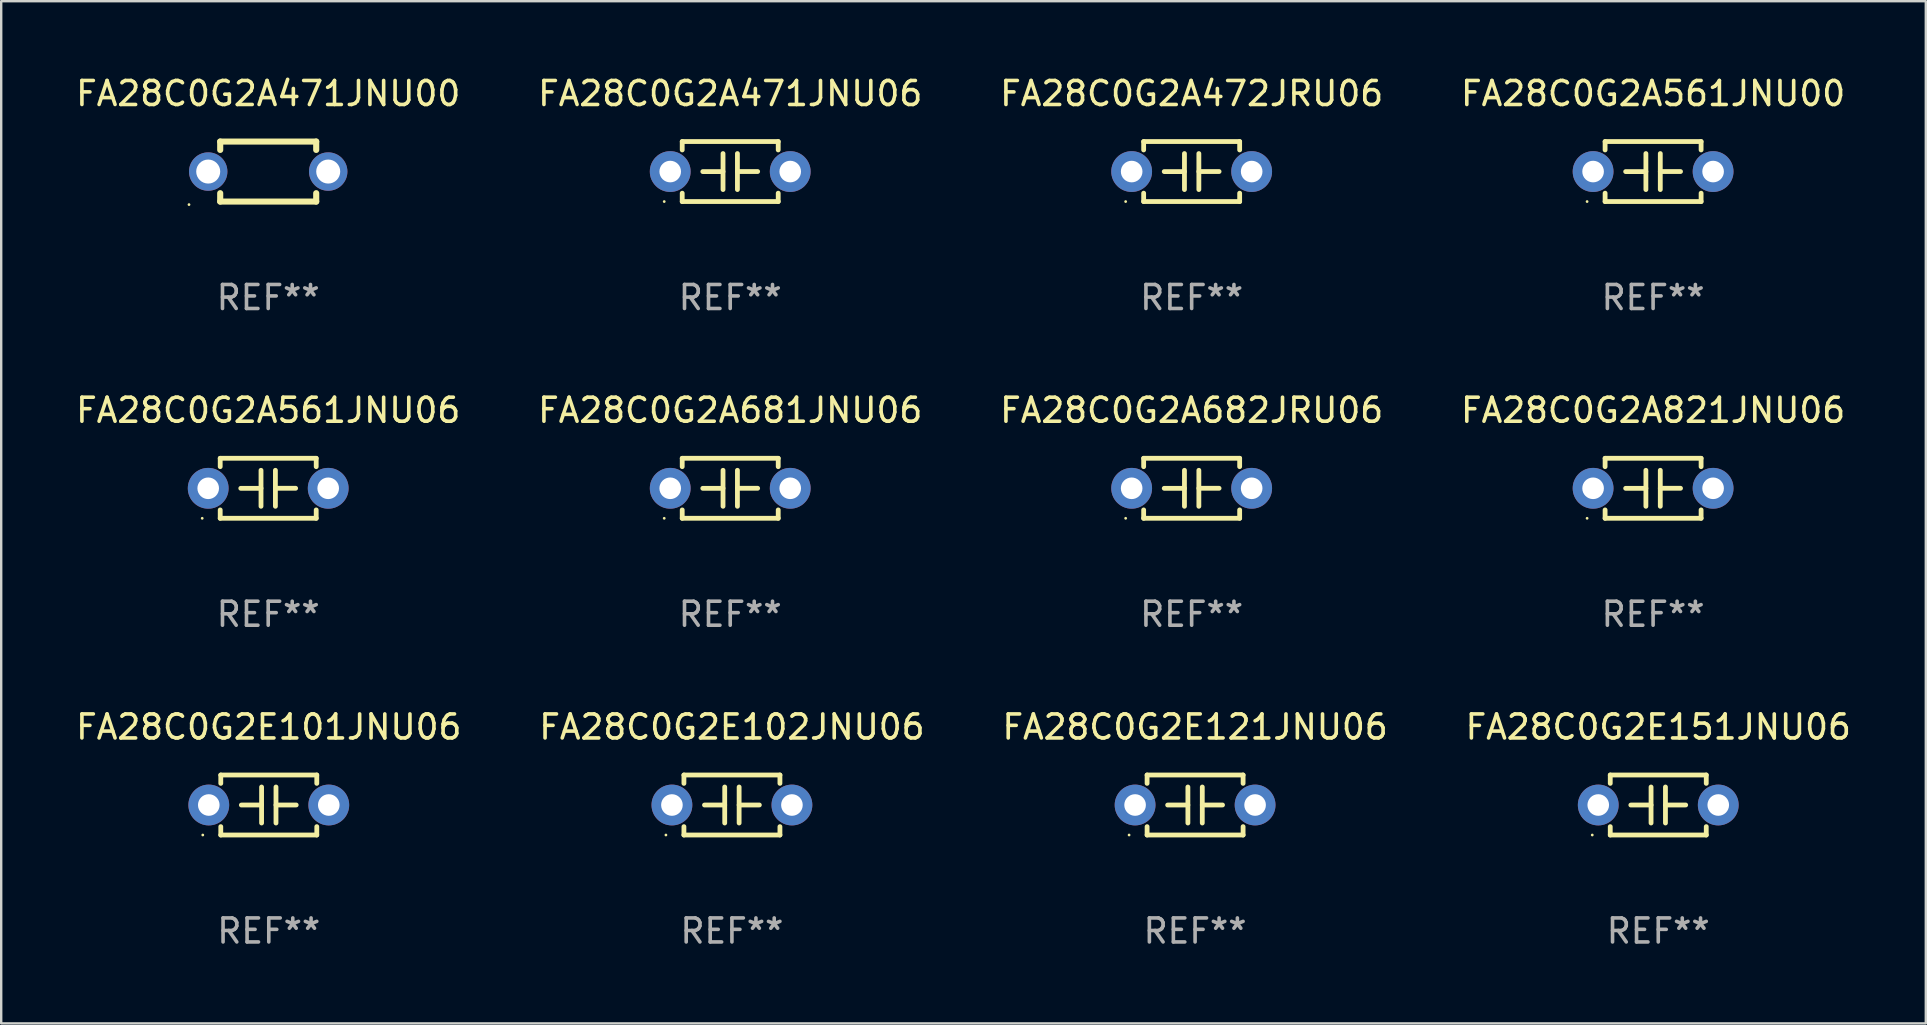
<source format=kicad_pcb>
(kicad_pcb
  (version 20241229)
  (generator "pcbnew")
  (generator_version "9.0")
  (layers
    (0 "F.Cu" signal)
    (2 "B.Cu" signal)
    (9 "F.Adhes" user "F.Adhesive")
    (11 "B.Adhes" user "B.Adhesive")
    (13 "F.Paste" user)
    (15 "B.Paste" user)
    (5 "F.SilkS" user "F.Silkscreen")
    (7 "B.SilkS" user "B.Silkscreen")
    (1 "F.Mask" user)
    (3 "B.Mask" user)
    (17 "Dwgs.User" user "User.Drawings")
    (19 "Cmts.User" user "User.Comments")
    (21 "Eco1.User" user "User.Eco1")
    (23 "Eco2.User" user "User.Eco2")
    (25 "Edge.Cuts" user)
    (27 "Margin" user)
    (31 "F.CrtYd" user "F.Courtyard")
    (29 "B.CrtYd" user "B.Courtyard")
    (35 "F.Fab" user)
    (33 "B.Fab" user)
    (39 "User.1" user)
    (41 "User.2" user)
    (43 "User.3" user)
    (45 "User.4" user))
  (footprint "FA28C0G2E102JNU06"
    (layer "F.Cu")
    (at 27.446 30.491)
    (property "Reference" "FA28C0G2E102JNU06" (at 0 -3.25 0) (layer "F.SilkS") (effects (font (size 1 1) (thickness 0.15))))
    (attr through_hole)
    (fp_line (start -2 -1.25) (end -2 -0.901) (stroke (width 0.2) (type solid)) (layer "F.SilkS"))
    (fp_line (start -2 -1.25) (end 2 -1.25) (stroke (width 0.2) (type solid)) (layer "F.SilkS"))
    (fp_line (start -2 0.901) (end -2 1.25) (stroke (width 0.2) (type solid)) (layer "F.SilkS"))
    (fp_line (start -0.3 -0.75) (end -0.3 0.75) (stroke (width 0.2) (type solid)) (layer "F.SilkS"))
    (fp_line (start -0.3 0.001) (end -1.143 0.001) (stroke (width 0.2) (type solid)) (layer "F.SilkS"))
    (fp_line (start 0.3 -0.001) (end 1.143 -0.001) (stroke (width 0.2) (type solid)) (layer "F.SilkS"))
    (fp_line (start 0.3 0.75) (end 0.3 -0.75) (stroke (width 0.2) (type solid)) (layer "F.SilkS"))
    (fp_line (start 2 -1.25) (end 2 -0.901) (stroke (width 0.2) (type solid)) (layer "F.SilkS"))
    (fp_line (start 2 0.901) (end 2 1.25) (stroke (width 0.2) (type solid)) (layer "F.SilkS"))
    (fp_line (start 2 1.25) (end -2 1.25) (stroke (width 0.2) (type solid)) (layer "F.SilkS"))
    (fp_circle (center -2.75 1.25) (end -2.72 1.25) (stroke (width 0.06) (type solid)) (fill no) (layer "F.SilkS"))
    (fp_text user "REF**" (at 0 5.25 0) (layer "F.Fab") (effects (font (size 1 1) (thickness 0.15))))
    (pad "1" thru_hole circle (at -2.5 0) (size 1.7 1.7) (drill 0.9) (layers "*.Cu" "*.Mask"))
    (pad "2" thru_hole circle (at 2.5 0) (size 1.7 1.7) (drill 0.9) (layers "*.Cu" "*.Mask")))
  (footprint "FA28C0G2A471JNU00"
    (layer "F.Cu")
    (at 8.125 4.098)
    (property "Reference" "FA28C0G2A471JNU00" (at 0 -3.25 0) (layer "F.SilkS") (effects (font (size 1 1) (thickness 0.15))))
    (attr through_hole)
    (fp_line (start -2 -1.25) (end -2 -0.901) (stroke (width 0.254) (type solid)) (layer "F.SilkS"))
    (fp_line (start -2 -1.25) (end 2 -1.25) (stroke (width 0.254) (type solid)) (layer "F.SilkS"))
    (fp_line (start -2 0.901) (end -2 1.25) (stroke (width 0.254) (type solid)) (layer "F.SilkS"))
    (fp_line (start 2 -1.25) (end 2 -0.901) (stroke (width 0.254) (type solid)) (layer "F.SilkS"))
    (fp_line (start 2 0.901) (end 2 1.25) (stroke (width 0.254) (type solid)) (layer "F.SilkS"))
    (fp_line (start 2 1.25) (end -2 1.25) (stroke (width 0.254) (type solid)) (layer "F.SilkS"))
    (fp_circle (center -3.3 1.377) (end -3.27 1.377) (stroke (width 0.06) (type solid)) (fill no) (layer "F.SilkS"))
    (fp_text user "REF**" (at 0 5.25 0) (layer "F.Fab") (effects (font (size 1 1) (thickness 0.15))))
    (pad "1" thru_hole circle (at -2.5 0) (size 1.6 1.6) (drill 1) (layers "*.Cu" "*.Mask"))
    (pad "2" thru_hole circle (at 2.5 0) (size 1.6 1.6) (drill 1) (layers "*.Cu" "*.Mask")))
  (footprint "FA28C0G2A561JNU00"
    (layer "F.Cu")
    (at 65.827 4.098)
    (property "Reference" "FA28C0G2A561JNU00" (at 0 -3.25 0) (layer "F.SilkS") (effects (font (size 1 1) (thickness 0.15))))
    (attr through_hole)
    (fp_line (start -2 -1.25) (end -2 -0.901) (stroke (width 0.2) (type solid)) (layer "F.SilkS"))
    (fp_line (start -2 -1.25) (end 2 -1.25) (stroke (width 0.2) (type solid)) (layer "F.SilkS"))
    (fp_line (start -2 0.901) (end -2 1.25) (stroke (width 0.2) (type solid)) (layer "F.SilkS"))
    (fp_line (start -0.3 -0.75) (end -0.3 0.75) (stroke (width 0.2) (type solid)) (layer "F.SilkS"))
    (fp_line (start -0.3 0.001) (end -1.143 0.001) (stroke (width 0.2) (type solid)) (layer "F.SilkS"))
    (fp_line (start 0.3 -0.001) (end 1.143 -0.001) (stroke (width 0.2) (type solid)) (layer "F.SilkS"))
    (fp_line (start 0.3 0.75) (end 0.3 -0.75) (stroke (width 0.2) (type solid)) (layer "F.SilkS"))
    (fp_line (start 2 -1.25) (end 2 -0.901) (stroke (width 0.2) (type solid)) (layer "F.SilkS"))
    (fp_line (start 2 0.901) (end 2 1.25) (stroke (width 0.2) (type solid)) (layer "F.SilkS"))
    (fp_line (start 2 1.25) (end -2 1.25) (stroke (width 0.2) (type solid)) (layer "F.SilkS"))
    (fp_circle (center -2.75 1.25) (end -2.72 1.25) (stroke (width 0.06) (type solid)) (fill no) (layer "F.SilkS"))
    (fp_text user "REF**" (at 0 5.25 0) (layer "F.Fab") (effects (font (size 1 1) (thickness 0.15))))
    (pad "1" thru_hole circle (at -2.5 0) (size 1.7 1.7) (drill 0.9) (layers "*.Cu" "*.Mask"))
    (pad "2" thru_hole circle (at 2.5 0) (size 1.7 1.7) (drill 0.9) (layers "*.Cu" "*.Mask")))
  (footprint "FA28C0G2A681JNU06"
    (layer "F.Cu")
    (at 27.375 17.295)
    (property "Reference" "FA28C0G2A681JNU06" (at 0 -3.25 0) (layer "F.SilkS") (effects (font (size 1 1) (thickness 0.15))))
    (attr through_hole)
    (fp_line (start -2 -1.25) (end -2 -0.901) (stroke (width 0.2) (type solid)) (layer "F.SilkS"))
    (fp_line (start -2 -1.25) (end 2 -1.25) (stroke (width 0.2) (type solid)) (layer "F.SilkS"))
    (fp_line (start -2 0.901) (end -2 1.25) (stroke (width 0.2) (type solid)) (layer "F.SilkS"))
    (fp_line (start -0.3 -0.75) (end -0.3 0.75) (stroke (width 0.2) (type solid)) (layer "F.SilkS"))
    (fp_line (start -0.3 0.001) (end -1.143 0.001) (stroke (width 0.2) (type solid)) (layer "F.SilkS"))
    (fp_line (start 0.3 -0.001) (end 1.143 -0.001) (stroke (width 0.2) (type solid)) (layer "F.SilkS"))
    (fp_line (start 0.3 0.75) (end 0.3 -0.75) (stroke (width 0.2) (type solid)) (layer "F.SilkS"))
    (fp_line (start 2 -1.25) (end 2 -0.901) (stroke (width 0.2) (type solid)) (layer "F.SilkS"))
    (fp_line (start 2 0.901) (end 2 1.25) (stroke (width 0.2) (type solid)) (layer "F.SilkS"))
    (fp_line (start 2 1.25) (end -2 1.25) (stroke (width 0.2) (type solid)) (layer "F.SilkS"))
    (fp_circle (center -2.75 1.25) (end -2.72 1.25) (stroke (width 0.06) (type solid)) (fill no) (layer "F.SilkS"))
    (fp_text user "REF**" (at 0 5.25 0) (layer "F.Fab") (effects (font (size 1 1) (thickness 0.15))))
    (pad "1" thru_hole circle (at -2.5 0) (size 1.7 1.7) (drill 0.9) (layers "*.Cu" "*.Mask"))
    (pad "2" thru_hole circle (at 2.5 0) (size 1.7 1.7) (drill 0.9) (layers "*.Cu" "*.Mask")))
  (footprint "FA28C0G2A682JRU06"
    (layer "F.Cu")
    (at 46.601 17.295)
    (property "Reference" "FA28C0G2A682JRU06" (at 0 -3.25 0) (layer "F.SilkS") (effects (font (size 1 1) (thickness 0.15))))
    (attr through_hole)
    (fp_line (start -2 -1.25) (end -2 -0.901) (stroke (width 0.2) (type solid)) (layer "F.SilkS"))
    (fp_line (start -2 -1.25) (end 2 -1.25) (stroke (width 0.2) (type solid)) (layer "F.SilkS"))
    (fp_line (start -2 0.901) (end -2 1.25) (stroke (width 0.2) (type solid)) (layer "F.SilkS"))
    (fp_line (start -0.3 -0.75) (end -0.3 0.75) (stroke (width 0.2) (type solid)) (layer "F.SilkS"))
    (fp_line (start -0.3 0.001) (end -1.143 0.001) (stroke (width 0.2) (type solid)) (layer "F.SilkS"))
    (fp_line (start 0.3 -0.001) (end 1.143 -0.001) (stroke (width 0.2) (type solid)) (layer "F.SilkS"))
    (fp_line (start 0.3 0.75) (end 0.3 -0.75) (stroke (width 0.2) (type solid)) (layer "F.SilkS"))
    (fp_line (start 2 -1.25) (end 2 -0.901) (stroke (width 0.2) (type solid)) (layer "F.SilkS"))
    (fp_line (start 2 0.901) (end 2 1.25) (stroke (width 0.2) (type solid)) (layer "F.SilkS"))
    (fp_line (start 2 1.25) (end -2 1.25) (stroke (width 0.2) (type solid)) (layer "F.SilkS"))
    (fp_circle (center -2.75 1.25) (end -2.72 1.25) (stroke (width 0.06) (type solid)) (fill no) (layer "F.SilkS"))
    (fp_text user "REF**" (at 0 5.25 0) (layer "F.Fab") (effects (font (size 1 1) (thickness 0.15))))
    (pad "1" thru_hole circle (at -2.5 0) (size 1.7 1.7) (drill 0.9) (layers "*.Cu" "*.Mask"))
    (pad "2" thru_hole circle (at 2.5 0) (size 1.7 1.7) (drill 0.9) (layers "*.Cu" "*.Mask")))
  (footprint "FA28C0G2A561JNU06"
    (layer "F.Cu")
    (at 8.125 17.295)
    (property "Reference" "FA28C0G2A561JNU06" (at 0 -3.25 0) (layer "F.SilkS") (effects (font (size 1 1) (thickness 0.15))))
    (attr through_hole)
    (fp_line (start -2 -1.25) (end -2 -0.901) (stroke (width 0.2) (type solid)) (layer "F.SilkS"))
    (fp_line (start -2 -1.25) (end 2 -1.25) (stroke (width 0.2) (type solid)) (layer "F.SilkS"))
    (fp_line (start -2 0.901) (end -2 1.25) (stroke (width 0.2) (type solid)) (layer "F.SilkS"))
    (fp_line (start -0.3 -0.75) (end -0.3 0.75) (stroke (width 0.2) (type solid)) (layer "F.SilkS"))
    (fp_line (start -0.3 0.001) (end -1.143 0.001) (stroke (width 0.2) (type solid)) (layer "F.SilkS"))
    (fp_line (start 0.3 -0.001) (end 1.143 -0.001) (stroke (width 0.2) (type solid)) (layer "F.SilkS"))
    (fp_line (start 0.3 0.75) (end 0.3 -0.75) (stroke (width 0.2) (type solid)) (layer "F.SilkS"))
    (fp_line (start 2 -1.25) (end 2 -0.901) (stroke (width 0.2) (type solid)) (layer "F.SilkS"))
    (fp_line (start 2 0.901) (end 2 1.25) (stroke (width 0.2) (type solid)) (layer "F.SilkS"))
    (fp_line (start 2 1.25) (end -2 1.25) (stroke (width 0.2) (type solid)) (layer "F.SilkS"))
    (fp_circle (center -2.75 1.25) (end -2.72 1.25) (stroke (width 0.06) (type solid)) (fill no) (layer "F.SilkS"))
    (fp_text user "REF**" (at 0 5.25 0) (layer "F.Fab") (effects (font (size 1 1) (thickness 0.15))))
    (pad "1" thru_hole circle (at -2.5 0) (size 1.7 1.7) (drill 0.9) (layers "*.Cu" "*.Mask"))
    (pad "2" thru_hole circle (at 2.5 0) (size 1.7 1.7) (drill 0.9) (layers "*.Cu" "*.Mask")))
  (footprint "FA28C0G2A472JRU06"
    (layer "F.Cu")
    (at 46.601 4.098)
    (property "Reference" "FA28C0G2A472JRU06" (at 0 -3.25 0) (layer "F.SilkS") (effects (font (size 1 1) (thickness 0.15))))
    (attr through_hole)
    (fp_line (start -2 -1.25) (end -2 -0.901) (stroke (width 0.2) (type solid)) (layer "F.SilkS"))
    (fp_line (start -2 -1.25) (end 2 -1.25) (stroke (width 0.2) (type solid)) (layer "F.SilkS"))
    (fp_line (start -2 0.901) (end -2 1.25) (stroke (width 0.2) (type solid)) (layer "F.SilkS"))
    (fp_line (start -0.3 -0.75) (end -0.3 0.75) (stroke (width 0.2) (type solid)) (layer "F.SilkS"))
    (fp_line (start -0.3 0.001) (end -1.143 0.001) (stroke (width 0.2) (type solid)) (layer "F.SilkS"))
    (fp_line (start 0.3 -0.001) (end 1.143 -0.001) (stroke (width 0.2) (type solid)) (layer "F.SilkS"))
    (fp_line (start 0.3 0.75) (end 0.3 -0.75) (stroke (width 0.2) (type solid)) (layer "F.SilkS"))
    (fp_line (start 2 -1.25) (end 2 -0.901) (stroke (width 0.2) (type solid)) (layer "F.SilkS"))
    (fp_line (start 2 0.901) (end 2 1.25) (stroke (width 0.2) (type solid)) (layer "F.SilkS"))
    (fp_line (start 2 1.25) (end -2 1.25) (stroke (width 0.2) (type solid)) (layer "F.SilkS"))
    (fp_circle (center -2.75 1.25) (end -2.72 1.25) (stroke (width 0.06) (type solid)) (fill no) (layer "F.SilkS"))
    (fp_text user "REF**" (at 0 5.25 0) (layer "F.Fab") (effects (font (size 1 1) (thickness 0.15))))
    (pad "1" thru_hole circle (at -2.5 0) (size 1.7 1.7) (drill 0.9) (layers "*.Cu" "*.Mask"))
    (pad "2" thru_hole circle (at 2.5 0) (size 1.7 1.7) (drill 0.9) (layers "*.Cu" "*.Mask")))
  (footprint "FA28C0G2E101JNU06"
    (layer "F.Cu")
    (at 8.149 30.491)
    (property "Reference" "FA28C0G2E101JNU06" (at 0 -3.25 0) (layer "F.SilkS") (effects (font (size 1 1) (thickness 0.15))))
    (attr through_hole)
    (fp_line (start -2 -1.25) (end -2 -0.901) (stroke (width 0.2) (type solid)) (layer "F.SilkS"))
    (fp_line (start -2 -1.25) (end 2 -1.25) (stroke (width 0.2) (type solid)) (layer "F.SilkS"))
    (fp_line (start -2 0.901) (end -2 1.25) (stroke (width 0.2) (type solid)) (layer "F.SilkS"))
    (fp_line (start -0.3 -0.75) (end -0.3 0.75) (stroke (width 0.2) (type solid)) (layer "F.SilkS"))
    (fp_line (start -0.3 0.001) (end -1.143 0.001) (stroke (width 0.2) (type solid)) (layer "F.SilkS"))
    (fp_line (start 0.3 -0.001) (end 1.143 -0.001) (stroke (width 0.2) (type solid)) (layer "F.SilkS"))
    (fp_line (start 0.3 0.75) (end 0.3 -0.75) (stroke (width 0.2) (type solid)) (layer "F.SilkS"))
    (fp_line (start 2 -1.25) (end 2 -0.901) (stroke (width 0.2) (type solid)) (layer "F.SilkS"))
    (fp_line (start 2 0.901) (end 2 1.25) (stroke (width 0.2) (type solid)) (layer "F.SilkS"))
    (fp_line (start 2 1.25) (end -2 1.25) (stroke (width 0.2) (type solid)) (layer "F.SilkS"))
    (fp_circle (center -2.75 1.25) (end -2.72 1.25) (stroke (width 0.06) (type solid)) (fill no) (layer "F.SilkS"))
    (fp_text user "REF**" (at 0 5.25 0) (layer "F.Fab") (effects (font (size 1 1) (thickness 0.15))))
    (pad "1" thru_hole circle (at -2.5 0) (size 1.7 1.7) (drill 0.9) (layers "*.Cu" "*.Mask"))
    (pad "2" thru_hole circle (at 2.5 0) (size 1.7 1.7) (drill 0.9) (layers "*.Cu" "*.Mask")))
  (footprint "FA28C0G2E151JNU06"
    (layer "F.Cu")
    (at 66.042 30.491)
    (property "Reference" "FA28C0G2E151JNU06" (at 0 -3.25 0) (layer "F.SilkS") (effects (font (size 1 1) (thickness 0.15))))
    (attr through_hole)
    (fp_line (start -2 -1.25) (end -2 -0.901) (stroke (width 0.2) (type solid)) (layer "F.SilkS"))
    (fp_line (start -2 -1.25) (end 2 -1.25) (stroke (width 0.2) (type solid)) (layer "F.SilkS"))
    (fp_line (start -2 0.901) (end -2 1.25) (stroke (width 0.2) (type solid)) (layer "F.SilkS"))
    (fp_line (start -0.3 -0.75) (end -0.3 0.75) (stroke (width 0.2) (type solid)) (layer "F.SilkS"))
    (fp_line (start -0.3 0.001) (end -1.143 0.001) (stroke (width 0.2) (type solid)) (layer "F.SilkS"))
    (fp_line (start 0.3 -0.001) (end 1.143 -0.001) (stroke (width 0.2) (type solid)) (layer "F.SilkS"))
    (fp_line (start 0.3 0.75) (end 0.3 -0.75) (stroke (width 0.2) (type solid)) (layer "F.SilkS"))
    (fp_line (start 2 -1.25) (end 2 -0.901) (stroke (width 0.2) (type solid)) (layer "F.SilkS"))
    (fp_line (start 2 0.901) (end 2 1.25) (stroke (width 0.2) (type solid)) (layer "F.SilkS"))
    (fp_line (start 2 1.25) (end -2 1.25) (stroke (width 0.2) (type solid)) (layer "F.SilkS"))
    (fp_circle (center -2.75 1.25) (end -2.72 1.25) (stroke (width 0.06) (type solid)) (fill no) (layer "F.SilkS"))
    (fp_text user "REF**" (at 0 5.25 0) (layer "F.Fab") (effects (font (size 1 1) (thickness 0.15))))
    (pad "1" thru_hole circle (at -2.5 0) (size 1.7 1.7) (drill 0.9) (layers "*.Cu" "*.Mask"))
    (pad "2" thru_hole circle (at 2.5 0) (size 1.7 1.7) (drill 0.9) (layers "*.Cu" "*.Mask")))
  (footprint "FA28C0G2A821JNU06"
    (layer "F.Cu")
    (at 65.827 17.295)
    (property "Reference" "FA28C0G2A821JNU06" (at 0 -3.25 0) (layer "F.SilkS") (effects (font (size 1 1) (thickness 0.15))))
    (attr through_hole)
    (fp_line (start -2 -1.25) (end -2 -0.901) (stroke (width 0.2) (type solid)) (layer "F.SilkS"))
    (fp_line (start -2 -1.25) (end 2 -1.25) (stroke (width 0.2) (type solid)) (layer "F.SilkS"))
    (fp_line (start -2 0.901) (end -2 1.25) (stroke (width 0.2) (type solid)) (layer "F.SilkS"))
    (fp_line (start -0.3 -0.75) (end -0.3 0.75) (stroke (width 0.2) (type solid)) (layer "F.SilkS"))
    (fp_line (start -0.3 0.001) (end -1.143 0.001) (stroke (width 0.2) (type solid)) (layer "F.SilkS"))
    (fp_line (start 0.3 -0.001) (end 1.143 -0.001) (stroke (width 0.2) (type solid)) (layer "F.SilkS"))
    (fp_line (start 0.3 0.75) (end 0.3 -0.75) (stroke (width 0.2) (type solid)) (layer "F.SilkS"))
    (fp_line (start 2 -1.25) (end 2 -0.901) (stroke (width 0.2) (type solid)) (layer "F.SilkS"))
    (fp_line (start 2 0.901) (end 2 1.25) (stroke (width 0.2) (type solid)) (layer "F.SilkS"))
    (fp_line (start 2 1.25) (end -2 1.25) (stroke (width 0.2) (type solid)) (layer "F.SilkS"))
    (fp_circle (center -2.75 1.25) (end -2.72 1.25) (stroke (width 0.06) (type solid)) (fill no) (layer "F.SilkS"))
    (fp_text user "REF**" (at 0 5.25 0) (layer "F.Fab") (effects (font (size 1 1) (thickness 0.15))))
    (pad "1" thru_hole circle (at -2.5 0) (size 1.7 1.7) (drill 0.9) (layers "*.Cu" "*.Mask"))
    (pad "2" thru_hole circle (at 2.5 0) (size 1.7 1.7) (drill 0.9) (layers "*.Cu" "*.Mask")))
  (footprint "FA28C0G2E121JNU06"
    (layer "F.Cu")
    (at 46.744 30.491)
    (property "Reference" "FA28C0G2E121JNU06" (at 0 -3.25 0) (layer "F.SilkS") (effects (font (size 1 1) (thickness 0.15))))
    (attr through_hole)
    (fp_line (start -2 -1.25) (end -2 -0.901) (stroke (width 0.2) (type solid)) (layer "F.SilkS"))
    (fp_line (start -2 -1.25) (end 2 -1.25) (stroke (width 0.2) (type solid)) (layer "F.SilkS"))
    (fp_line (start -2 0.901) (end -2 1.25) (stroke (width 0.2) (type solid)) (layer "F.SilkS"))
    (fp_line (start -0.3 -0.75) (end -0.3 0.75) (stroke (width 0.2) (type solid)) (layer "F.SilkS"))
    (fp_line (start -0.3 0.001) (end -1.143 0.001) (stroke (width 0.2) (type solid)) (layer "F.SilkS"))
    (fp_line (start 0.3 -0.001) (end 1.143 -0.001) (stroke (width 0.2) (type solid)) (layer "F.SilkS"))
    (fp_line (start 0.3 0.75) (end 0.3 -0.75) (stroke (width 0.2) (type solid)) (layer "F.SilkS"))
    (fp_line (start 2 -1.25) (end 2 -0.901) (stroke (width 0.2) (type solid)) (layer "F.SilkS"))
    (fp_line (start 2 0.901) (end 2 1.25) (stroke (width 0.2) (type solid)) (layer "F.SilkS"))
    (fp_line (start 2 1.25) (end -2 1.25) (stroke (width 0.2) (type solid)) (layer "F.SilkS"))
    (fp_circle (center -2.75 1.25) (end -2.72 1.25) (stroke (width 0.06) (type solid)) (fill no) (layer "F.SilkS"))
    (fp_text user "REF**" (at 0 5.25 0) (layer "F.Fab") (effects (font (size 1 1) (thickness 0.15))))
    (pad "1" thru_hole circle (at -2.5 0) (size 1.7 1.7) (drill 0.9) (layers "*.Cu" "*.Mask"))
    (pad "2" thru_hole circle (at 2.5 0) (size 1.7 1.7) (drill 0.9) (layers "*.Cu" "*.Mask")))
  (footprint "FA28C0G2A471JNU06"
    (layer "F.Cu")
    (at 27.375 4.098)
    (property "Reference" "FA28C0G2A471JNU06" (at 0 -3.25 0) (layer "F.SilkS") (effects (font (size 1 1) (thickness 0.15))))
    (attr through_hole)
    (fp_line (start -2 -1.25) (end -2 -0.901) (stroke (width 0.2) (type solid)) (layer "F.SilkS"))
    (fp_line (start -2 -1.25) (end 2 -1.25) (stroke (width 0.2) (type solid)) (layer "F.SilkS"))
    (fp_line (start -2 0.901) (end -2 1.25) (stroke (width 0.2) (type solid)) (layer "F.SilkS"))
    (fp_line (start -0.3 -0.75) (end -0.3 0.75) (stroke (width 0.2) (type solid)) (layer "F.SilkS"))
    (fp_line (start -0.3 0.001) (end -1.143 0.001) (stroke (width 0.2) (type solid)) (layer "F.SilkS"))
    (fp_line (start 0.3 -0.001) (end 1.143 -0.001) (stroke (width 0.2) (type solid)) (layer "F.SilkS"))
    (fp_line (start 0.3 0.75) (end 0.3 -0.75) (stroke (width 0.2) (type solid)) (layer "F.SilkS"))
    (fp_line (start 2 -1.25) (end 2 -0.901) (stroke (width 0.2) (type solid)) (layer "F.SilkS"))
    (fp_line (start 2 0.901) (end 2 1.25) (stroke (width 0.2) (type solid)) (layer "F.SilkS"))
    (fp_line (start 2 1.25) (end -2 1.25) (stroke (width 0.2) (type solid)) (layer "F.SilkS"))
    (fp_circle (center -2.75 1.25) (end -2.72 1.25) (stroke (width 0.06) (type solid)) (fill no) (layer "F.SilkS"))
    (fp_text user "REF**" (at 0 5.25 0) (layer "F.Fab") (effects (font (size 1 1) (thickness 0.15))))
    (pad "1" thru_hole circle (at -2.5 0) (size 1.7 1.7) (drill 0.9) (layers "*.Cu" "*.Mask"))
    (pad "2" thru_hole circle (at 2.5 0) (size 1.7 1.7) (drill 0.9) (layers "*.Cu" "*.Mask")))
  (gr_rect
    (start -3 -3)
    (end 77.19 39.59)
    (stroke (width 0.1) (type default))
    (fill no)
    (layer "Edge.Cuts")))
</source>
